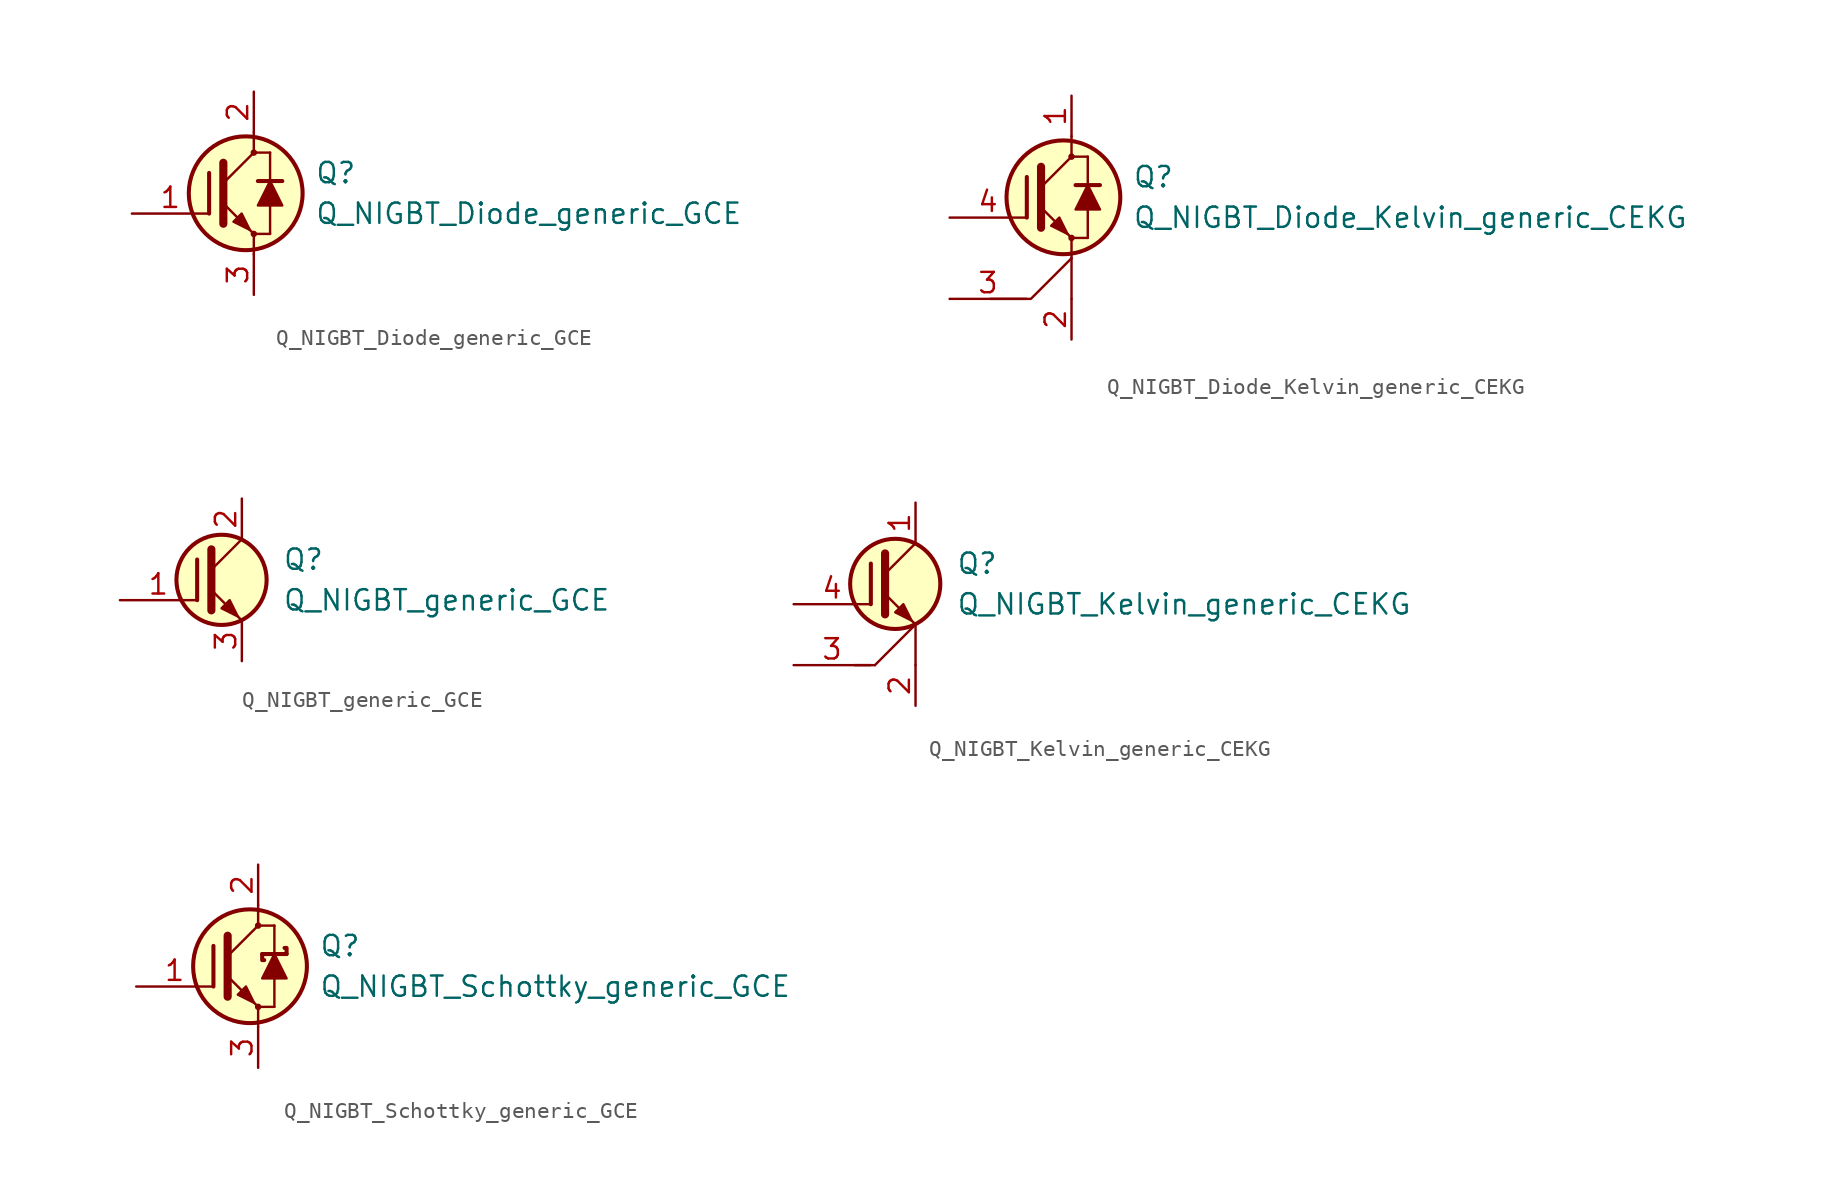
<source format=kicad_sym>
(kicad_symbol_lib
  (version 20201005)
  (generator kicad_symbol_editor)
  (symbol "Transistor_IGBT_AKL:Q_NIGBT_Diode_generic_GCE"
    (pin_names hide)
    (property "Reference" "Q"
      (at 3.81 1.27 0)
      (effects (font (size 1.27 1.27)) (justify left)))
    (property "Value" "Q_NIGBT_Diode_generic_GCE"
      (at 3.81 -1.27 0)
      (effects (font (size 1.27 1.27)) (justify left)))
    (symbol "Q_NIGBT_Diode_generic_GCE_0_1"
      (circle (center -0.508 0) (radius 3.556) (stroke (width 0.254)) (fill (type background)))
      (polyline (pts (xy -1.905 0.635) (xy 0 2.54)) (stroke (width 0)) (fill (type none)))
      (polyline (pts (xy 0.254 0.762) (xy 1.778 0.762)) (stroke (width 0.254)) (fill (type none)))
      (polyline (pts (xy 1.016 -2.54) (xy 1.016 2.54)) (stroke (width 0.152)) (fill (type none)))
      (polyline (pts (xy -2.794 1.27) (xy -2.794 -1.27) (xy -2.794 -1.27)) (stroke (width 0.254)) (fill (type none)))
      (polyline (pts (xy -1.905 -0.635) (xy 0 -2.54) (xy 0 -2.54)) (stroke (width 0)) (fill (type none)))
      (polyline (pts (xy -1.905 1.905) (xy -1.905 -1.905) (xy -1.905 -1.905)) (stroke (width 0.508)) (fill (type none)))
      (polyline (pts (xy 0 -3.81) (xy 0 -2.54) (xy 1.016 -2.54)) (stroke (width 0.152)) (fill (type none)))
      (polyline (pts (xy 1.016 2.54) (xy 0 2.54) (xy 0 3.81)) (stroke (width 0.152)) (fill (type none)))
      (polyline (pts (xy 0.254 -0.762) (xy 1.778 -0.762) (xy 1.016 0.762) (xy 0.254 -0.762)) (stroke (width 0.152)) (fill (type outline)))
      (polyline (pts (xy -1.27 -1.778) (xy -0.762 -1.27) (xy -0.254 -2.286) (xy -1.27 -1.778) (xy -1.27 -1.778)) (stroke (width 0)) (fill (type outline))))
    (symbol "Q_NIGBT_Diode_generic_GCE_1_1"
      (circle (center 0 -2.54) (radius 0.127) (stroke (width 0)) (fill (type none)))
      (circle (center 0 2.54) (radius 0.127) (stroke (width 0)) (fill (type none)))
      (pin input line (at -7.62 -1.27 0) (length 4.8) (name "G" (effects (font (size 1.27 1.27)))) (number "1" (effects (font (size 1.27 1.27)))))
      (pin passive line (at 0 6.35 270) (length 2.54) (name "C" (effects (font (size 1.27 1.27)))) (number "2" (effects (font (size 1.27 1.27)))))
      (pin passive line (at 0 -6.35 90) (length 2.54) (name "E" (effects (font (size 1.27 1.27)))) (number "3" (effects (font (size 1.27 1.27)))))))
  (symbol "Transistor_IGBT_AKL:Q_NIGBT_Diode_Kelvin_generic_CEKG"
    (pin_names hide)
    (property "Reference" "Q"
      (at 3.81 1.27 0)
      (effects (font (size 1.27 1.27)) (justify left)))
    (property "Value" "Q_NIGBT_Diode_Kelvin_generic_CEKG"
      (at 3.81 -1.27 0)
      (effects (font (size 1.27 1.27)) (justify left)))
    (symbol "Q_NIGBT_Diode_Kelvin_generic_CEKG_0_1"
      (circle (center -0.508 0) (radius 3.556) (stroke (width 0.254)) (fill (type background)))
      (polyline (pts (xy -1.905 0.635) (xy 0 2.54)) (stroke (width 0)) (fill (type none)))
      (polyline (pts (xy 0 -3.81) (xy 0 -6.35)) (stroke (width 0.152)) (fill (type none)))
      (polyline (pts (xy 0.254 0.762) (xy 1.778 0.762)) (stroke (width 0.254)) (fill (type none)))
      (polyline (pts (xy 1.016 -2.54) (xy 1.016 2.54)) (stroke (width 0.152)) (fill (type none)))
      (polyline (pts (xy -2.794 1.27) (xy -2.794 -1.27) (xy -2.794 -1.27)) (stroke (width 0.254)) (fill (type none)))
      (polyline (pts (xy -1.905 -0.635) (xy 0 -2.54) (xy 0 -2.54)) (stroke (width 0)) (fill (type none)))
      (polyline (pts (xy -1.905 1.905) (xy -1.905 -1.905) (xy -1.905 -1.905)) (stroke (width 0.508)) (fill (type none)))
      (polyline (pts (xy 0 -3.81) (xy -2.54 -6.35) (xy -5.08 -6.35)) (stroke (width 0.152)) (fill (type none)))
      (polyline (pts (xy 0 -3.81) (xy 0 -2.54) (xy 1.016 -2.54)) (stroke (width 0.152)) (fill (type none)))
      (polyline (pts (xy 1.016 2.54) (xy 0 2.54) (xy 0 3.81)) (stroke (width 0.152)) (fill (type none)))
      (polyline (pts (xy 0.254 -0.762) (xy 1.778 -0.762) (xy 1.016 0.762) (xy 0.254 -0.762)) (stroke (width 0.152)) (fill (type outline)))
      (polyline (pts (xy -1.27 -1.778) (xy -0.762 -1.27) (xy -0.254 -2.286) (xy -1.27 -1.778) (xy -1.27 -1.778)) (stroke (width 0)) (fill (type outline))))
    (symbol "Q_NIGBT_Diode_Kelvin_generic_CEKG_1_1"
      (circle (center 0 -2.54) (radius 0.127) (stroke (width 0)) (fill (type none)))
      (circle (center 0 2.54) (radius 0.127) (stroke (width 0)) (fill (type none)))
      (pin passive line (at 0 6.35 270) (length 2.54) (name "C" (effects (font (size 1.27 1.27)))) (number "1" (effects (font (size 1.27 1.27)))))
      (pin passive line (at 0 -8.89 90) (length 2.54) (name "E" (effects (font (size 1.27 1.27)))) (number "2" (effects (font (size 1.27 1.27)))))
      (pin input line (at -7.62 -6.35 0) (length 4.8) (name "K" (effects (font (size 1.27 1.27)))) (number "3" (effects (font (size 1.27 1.27)))))
      (pin input line (at -7.62 -1.27 0) (length 4.8) (name "G" (effects (font (size 1.27 1.27)))) (number "4" (effects (font (size 1.27 1.27)))))))
  (symbol "Transistor_IGBT_AKL:Q_NIGBT_generic_GCE"
    (pin_names hide)
    (property "Reference" "Q"
      (at 5.08 1.27 0)
      (effects (font (size 1.27 1.27)) (justify left)))
    (property "Value" "Q_NIGBT_generic_GCE"
      (at 5.08 -1.27 0)
      (effects (font (size 1.27 1.27)) (justify left)))
    (symbol "Q_NIGBT_generic_GCE_0_1"
      (circle (center 1.27 0) (radius 2.819) (stroke (width 0.254)) (fill (type background)))
      (polyline (pts (xy 0.635 0.635) (xy 2.54 2.54)) (stroke (width 0)) (fill (type none)))
      (polyline (pts (xy -0.254 1.27) (xy -0.254 -1.27) (xy -0.254 -1.27)) (stroke (width 0.254)) (fill (type none)))
      (polyline (pts (xy 0.635 -0.635) (xy 2.54 -2.54) (xy 2.54 -2.54)) (stroke (width 0)) (fill (type none)))
      (polyline (pts (xy 0.635 1.905) (xy 0.635 -1.905) (xy 0.635 -1.905)) (stroke (width 0.508)) (fill (type none)))
      (polyline (pts (xy 1.27 -1.778) (xy 1.778 -1.27) (xy 2.286 -2.286) (xy 1.27 -1.778) (xy 1.27 -1.778)) (stroke (width 0)) (fill (type outline))))
    (symbol "Q_NIGBT_generic_GCE_1_1"
      (pin input line (at -5.08 -1.27 0) (length 4.8) (name "G" (effects (font (size 1.27 1.27)))) (number "1" (effects (font (size 1.27 1.27)))))
      (pin passive line (at 2.54 5.08 270) (length 2.54) (name "C" (effects (font (size 1.27 1.27)))) (number "2" (effects (font (size 1.27 1.27)))))
      (pin passive line (at 2.54 -5.08 90) (length 2.54) (name "E" (effects (font (size 1.27 1.27)))) (number "3" (effects (font (size 1.27 1.27)))))))
  (symbol "Transistor_IGBT_AKL:Q_NIGBT_Kelvin_generic_CEKG"
    (pin_names hide)
    (property "Reference" "Q"
      (at 5.08 1.27 0)
      (effects (font (size 1.27 1.27)) (justify left)))
    (property "Value" "Q_NIGBT_Kelvin_generic_CEKG"
      (at 5.08 -1.27 0)
      (effects (font (size 1.27 1.27)) (justify left)))
    (symbol "Q_NIGBT_Kelvin_generic_CEKG_0_1"
      (circle (center 1.27 0) (radius 2.819) (stroke (width 0.254)) (fill (type background)))
      (polyline (pts (xy 0 -5.08) (xy -1.27 -5.08)) (stroke (width 0.152)) (fill (type none)))
      (polyline (pts (xy 0.635 0.635) (xy 2.54 2.54)) (stroke (width 0)) (fill (type none)))
      (polyline (pts (xy 2.54 -5.08) (xy 2.54 -2.54)) (stroke (width 0.152)) (fill (type none)))
      (polyline (pts (xy 2.54 -2.54) (xy 0 -5.08)) (stroke (width 0.152)) (fill (type none)))
      (polyline (pts (xy -0.254 1.27) (xy -0.254 -1.27) (xy -0.254 -1.27)) (stroke (width 0.254)) (fill (type none)))
      (polyline (pts (xy 0.635 -0.635) (xy 2.54 -2.54) (xy 2.54 -2.54)) (stroke (width 0)) (fill (type none)))
      (polyline (pts (xy 0.635 1.905) (xy 0.635 -1.905) (xy 0.635 -1.905)) (stroke (width 0.508)) (fill (type none)))
      (polyline (pts (xy 1.27 -1.778) (xy 1.778 -1.27) (xy 2.286 -2.286) (xy 1.27 -1.778) (xy 1.27 -1.778)) (stroke (width 0)) (fill (type outline))))
    (symbol "Q_NIGBT_Kelvin_generic_CEKG_1_1"
      (pin passive line (at 2.54 5.08 270) (length 2.54) (name "C" (effects (font (size 1.27 1.27)))) (number "1" (effects (font (size 1.27 1.27)))))
      (pin passive line (at 2.54 -7.62 90) (length 2.54) (name "E" (effects (font (size 1.27 1.27)))) (number "2" (effects (font (size 1.27 1.27)))))
      (pin input line (at -5.08 -5.08 0) (length 4.8) (name "K" (effects (font (size 1.27 1.27)))) (number "3" (effects (font (size 1.27 1.27)))))
      (pin input line (at -5.08 -1.27 0) (length 4.8) (name "G" (effects (font (size 1.27 1.27)))) (number "4" (effects (font (size 1.27 1.27)))))))
  (symbol "Transistor_IGBT_AKL:Q_NIGBT_Schottky_generic_GCE"
    (pin_names hide)
    (property "Reference" "Q"
      (at 3.81 1.27 0)
      (effects (font (size 1.27 1.27)) (justify left)))
    (property "Value" "Q_NIGBT_Schottky_generic_GCE"
      (at 3.81 -1.27 0)
      (effects (font (size 1.27 1.27)) (justify left)))
    (symbol "Q_NIGBT_Schottky_generic_GCE_0_1"
      (circle (center -0.508 0) (radius 3.556) (stroke (width 0.254)) (fill (type background)))
      (polyline (pts (xy -1.905 0.635) (xy 0 2.54)) (stroke (width 0)) (fill (type none)))
      (polyline (pts (xy 0.254 0.762) (xy 1.778 0.762)) (stroke (width 0.254)) (fill (type none)))
      (polyline (pts (xy 1.016 -2.54) (xy 1.016 2.54)) (stroke (width 0.152)) (fill (type none)))
      (polyline (pts (xy -2.794 1.27) (xy -2.794 -1.27) (xy -2.794 -1.27)) (stroke (width 0.254)) (fill (type none)))
      (polyline (pts (xy -1.905 -0.635) (xy 0 -2.54) (xy 0 -2.54)) (stroke (width 0)) (fill (type none)))
      (polyline (pts (xy -1.905 1.905) (xy -1.905 -1.905) (xy -1.905 -1.905)) (stroke (width 0.508)) (fill (type none)))
      (polyline (pts (xy 0 -3.81) (xy 0 -2.54) (xy 1.016 -2.54)) (stroke (width 0.152)) (fill (type none)))
      (polyline (pts (xy 0.254 0.762) (xy 0.254 0.381) (xy 0.381 0.381)) (stroke (width 0.254)) (fill (type none)))
      (polyline (pts (xy 1.016 2.54) (xy 0 2.54) (xy 0 3.81)) (stroke (width 0.152)) (fill (type none)))
      (polyline (pts (xy 1.778 0.762) (xy 1.778 1.143) (xy 1.651 1.143)) (stroke (width 0.254)) (fill (type none)))
      (polyline (pts (xy 0.254 -0.762) (xy 1.778 -0.762) (xy 1.016 0.762) (xy 0.254 -0.762)) (stroke (width 0.152)) (fill (type outline)))
      (polyline (pts (xy -1.27 -1.778) (xy -0.762 -1.27) (xy -0.254 -2.286) (xy -1.27 -1.778) (xy -1.27 -1.778)) (stroke (width 0)) (fill (type outline))))
    (symbol "Q_NIGBT_Schottky_generic_GCE_1_1"
      (circle (center 0 -2.54) (radius 0.127) (stroke (width 0)) (fill (type none)))
      (circle (center 0 2.54) (radius 0.127) (stroke (width 0)) (fill (type none)))
      (pin input line (at -7.62 -1.27 0) (length 4.8) (name "G" (effects (font (size 1.27 1.27)))) (number "1" (effects (font (size 1.27 1.27)))))
      (pin passive line (at 0 6.35 270) (length 2.54) (name "C" (effects (font (size 1.27 1.27)))) (number "2" (effects (font (size 1.27 1.27)))))
      (pin passive line (at 0 -6.35 90) (length 2.54) (name "E" (effects (font (size 1.27 1.27)))) (number "3" (effects (font (size 1.27 1.27))))))))
</source>
